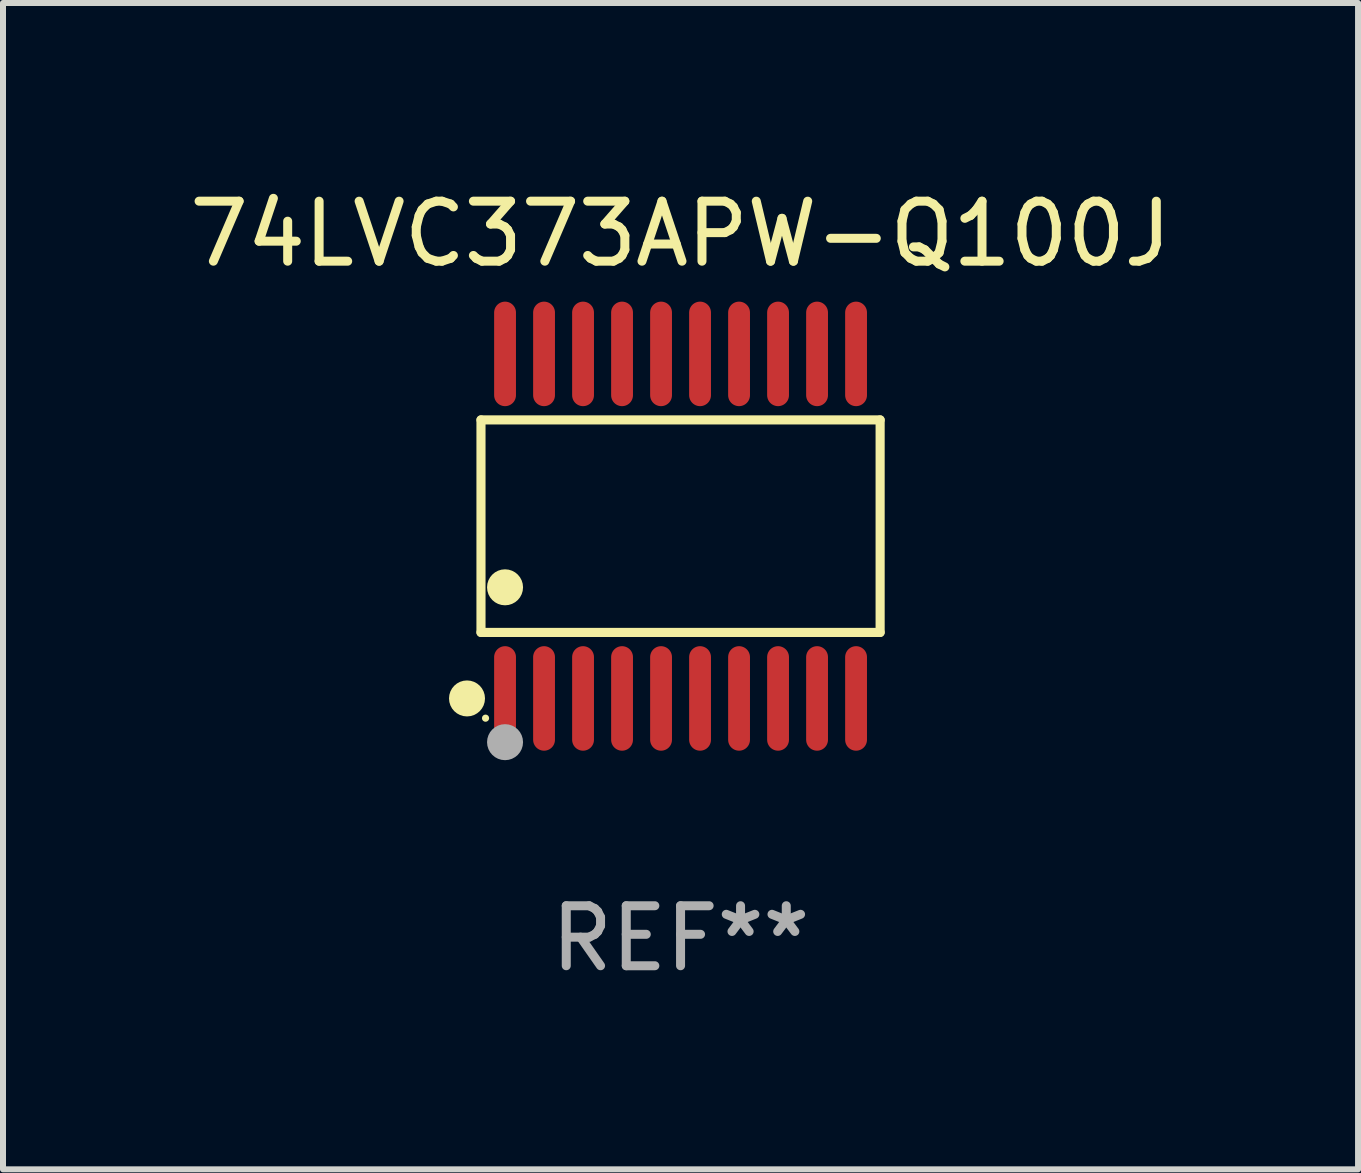
<source format=kicad_pcb>
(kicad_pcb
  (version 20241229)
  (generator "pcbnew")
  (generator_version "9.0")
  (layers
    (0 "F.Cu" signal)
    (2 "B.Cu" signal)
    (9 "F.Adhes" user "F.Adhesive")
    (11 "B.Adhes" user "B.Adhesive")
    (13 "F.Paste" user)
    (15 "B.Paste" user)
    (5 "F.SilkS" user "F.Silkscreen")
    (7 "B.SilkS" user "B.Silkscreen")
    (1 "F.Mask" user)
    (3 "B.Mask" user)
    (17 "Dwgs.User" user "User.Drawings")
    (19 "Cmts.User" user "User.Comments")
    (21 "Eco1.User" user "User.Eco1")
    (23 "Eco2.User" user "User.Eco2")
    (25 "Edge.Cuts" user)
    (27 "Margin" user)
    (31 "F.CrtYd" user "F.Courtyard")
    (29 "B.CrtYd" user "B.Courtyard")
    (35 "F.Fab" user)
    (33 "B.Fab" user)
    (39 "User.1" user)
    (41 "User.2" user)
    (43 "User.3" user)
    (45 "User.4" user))
  (footprint "74LVC373APW-Q100J"
    (layer "F.Cu")
    (at 8.292 5.719)
    (property "Reference" "74LVC373APW-Q100J" (at 0 -4.871 0) (layer "F.SilkS") (effects (font (size 1 1) (thickness 0.15))))
    (attr through_hole)
    (fp_line (start -3.326 -1.771) (end 3.326 -1.771) (stroke (width 0.152) (type solid)) (layer "F.SilkS"))
    (fp_line (start -3.326 1.771) (end -3.326 -1.771) (stroke (width 0.152) (type solid)) (layer "F.SilkS"))
    (fp_line (start 3.326 -1.771) (end 3.326 1.771) (stroke (width 0.152) (type solid)) (layer "F.SilkS"))
    (fp_line (start 3.326 1.771) (end -3.326 1.771) (stroke (width 0.152) (type solid)) (layer "F.SilkS"))
    (fp_circle (center -3.559 2.871) (end -3.409 2.871) (stroke (width 0.3) (type solid)) (fill no) (layer "F.SilkS"))
    (fp_circle (center -3.25 3.2) (end -3.22 3.2) (stroke (width 0.06) (type solid)) (fill no) (layer "F.SilkS"))
    (fp_circle (center -2.925 1.019) (end -2.775 1.019) (stroke (width 0.3) (type solid)) (fill no) (layer "F.SilkS"))
    (fp_circle (center -2.925 3.6) (end -2.775 3.6) (stroke (width 0.3) (type solid)) (fill no) (layer "F.Fab"))
    (fp_text user "REF**" (at 0 6.871 0) (layer "F.Fab") (effects (font (size 1 1) (thickness 0.15))))
    (pad "1" smd oval (at -2.925 2.871) (size 0.364 1.742) (layers "F.Cu" "F.Mask" "F.Paste"))
    (pad "2" smd oval (at -2.275 2.871) (size 0.364 1.742) (layers "F.Cu" "F.Mask" "F.Paste"))
    (pad "3" smd oval (at -1.625 2.871) (size 0.364 1.742) (layers "F.Cu" "F.Mask" "F.Paste"))
    (pad "4" smd oval (at -0.975 2.871) (size 0.364 1.742) (layers "F.Cu" "F.Mask" "F.Paste"))
    (pad "5" smd oval (at -0.325 2.871) (size 0.364 1.742) (layers "F.Cu" "F.Mask" "F.Paste"))
    (pad "6" smd oval (at 0.325 2.871) (size 0.364 1.742) (layers "F.Cu" "F.Mask" "F.Paste"))
    (pad "7" smd oval (at 0.975 2.871) (size 0.364 1.742) (layers "F.Cu" "F.Mask" "F.Paste"))
    (pad "8" smd oval (at 1.625 2.871) (size 0.364 1.742) (layers "F.Cu" "F.Mask" "F.Paste"))
    (pad "9" smd oval (at 2.275 2.871) (size 0.364 1.742) (layers "F.Cu" "F.Mask" "F.Paste"))
    (pad "10" smd oval (at 2.925 2.871) (size 0.364 1.742) (layers "F.Cu" "F.Mask" "F.Paste"))
    (pad "11" smd oval (at 2.925 -2.871) (size 0.364 1.742) (layers "F.Cu" "F.Mask" "F.Paste"))
    (pad "12" smd oval (at 2.275 -2.871) (size 0.364 1.742) (layers "F.Cu" "F.Mask" "F.Paste"))
    (pad "13" smd oval (at 1.625 -2.871) (size 0.364 1.742) (layers "F.Cu" "F.Mask" "F.Paste"))
    (pad "14" smd oval (at 0.975 -2.871) (size 0.364 1.742) (layers "F.Cu" "F.Mask" "F.Paste"))
    (pad "15" smd oval (at 0.325 -2.871) (size 0.364 1.742) (layers "F.Cu" "F.Mask" "F.Paste"))
    (pad "16" smd oval (at -0.325 -2.871) (size 0.364 1.742) (layers "F.Cu" "F.Mask" "F.Paste"))
    (pad "17" smd oval (at -0.975 -2.871) (size 0.364 1.742) (layers "F.Cu" "F.Mask" "F.Paste"))
    (pad "18" smd oval (at -1.625 -2.871) (size 0.364 1.742) (layers "F.Cu" "F.Mask" "F.Paste"))
    (pad "19" smd oval (at -2.275 -2.871) (size 0.364 1.742) (layers "F.Cu" "F.Mask" "F.Paste"))
    (pad "20" smd oval (at -2.925 -2.871) (size 0.364 1.742) (layers "F.Cu" "F.Mask" "F.Paste")))
  (gr_rect
    (start -3 -3)
    (end 19.583 16.438)
    (stroke (width 0.1) (type default))
    (fill no)
    (layer "Edge.Cuts")))
</source>
